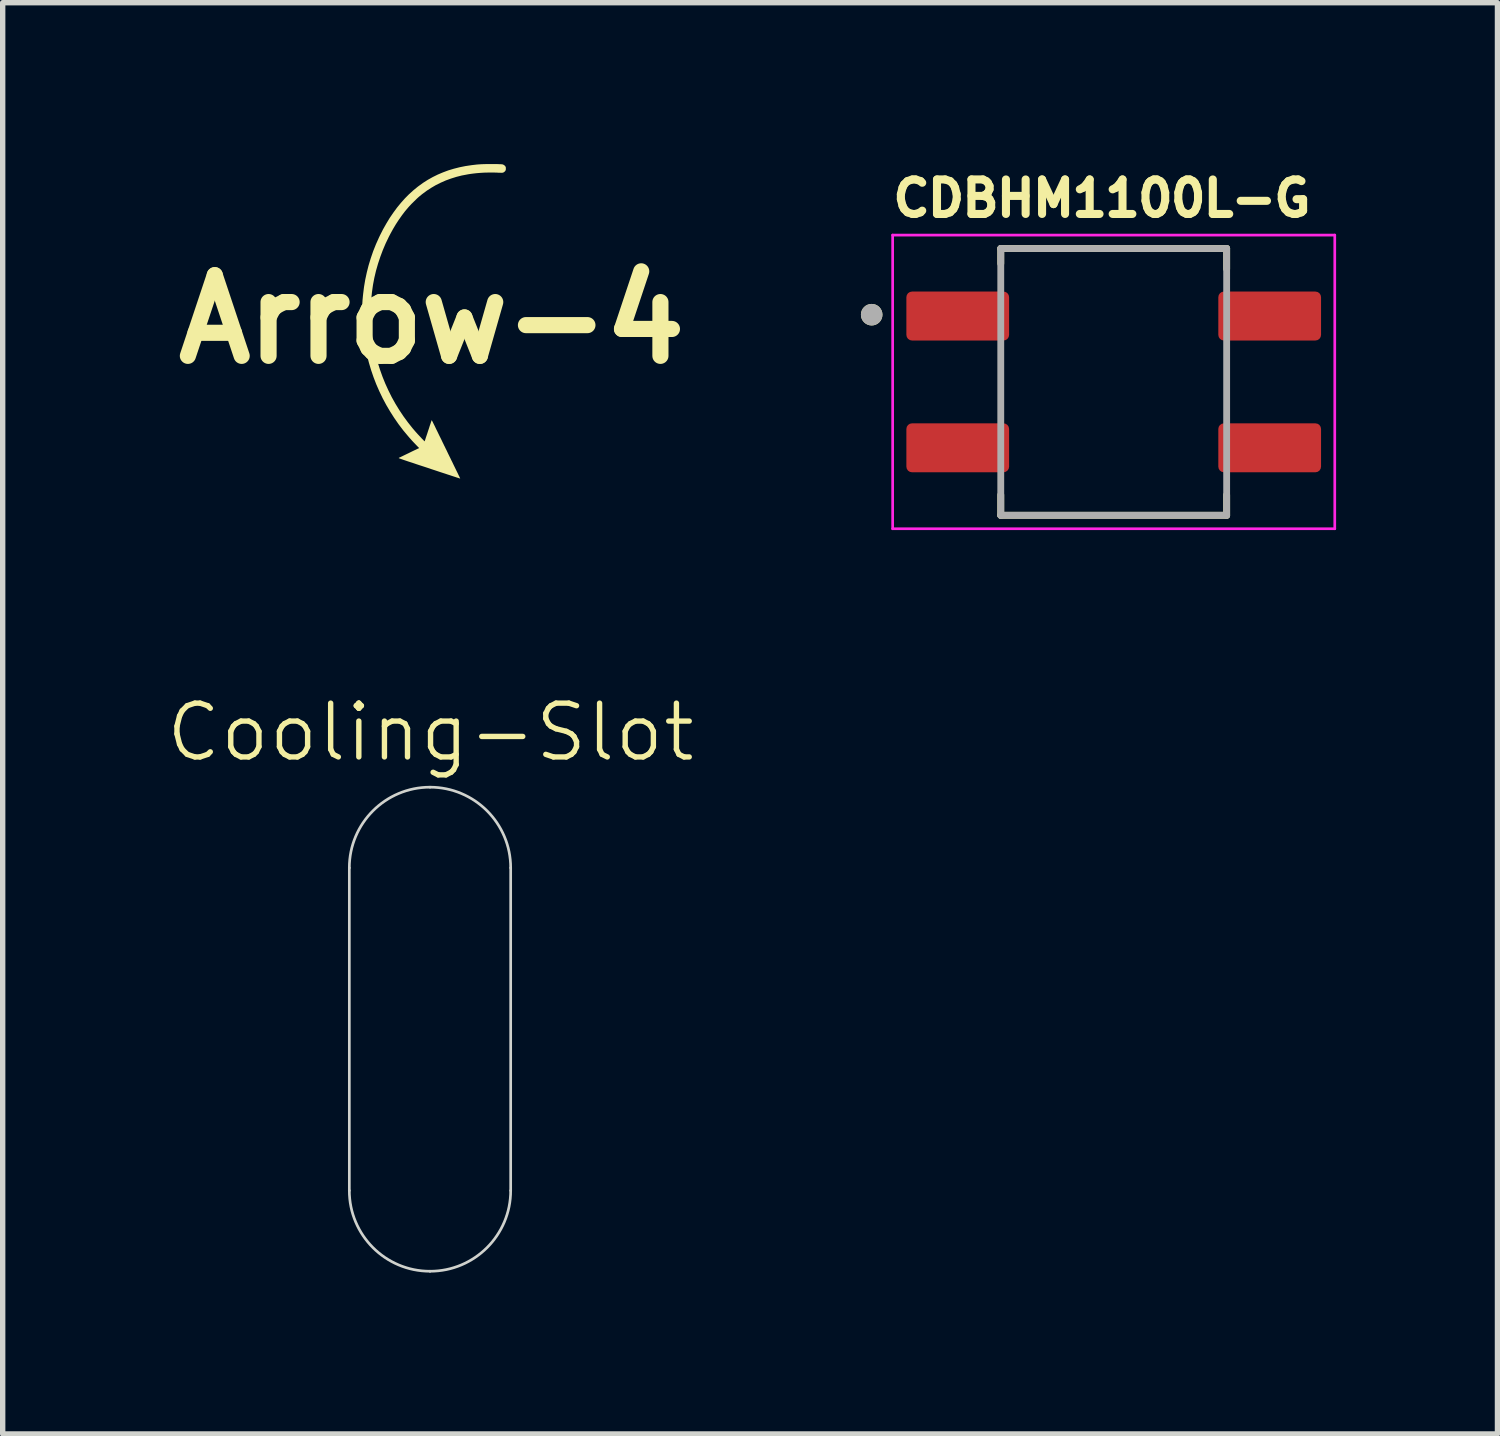
<source format=kicad_pcb>
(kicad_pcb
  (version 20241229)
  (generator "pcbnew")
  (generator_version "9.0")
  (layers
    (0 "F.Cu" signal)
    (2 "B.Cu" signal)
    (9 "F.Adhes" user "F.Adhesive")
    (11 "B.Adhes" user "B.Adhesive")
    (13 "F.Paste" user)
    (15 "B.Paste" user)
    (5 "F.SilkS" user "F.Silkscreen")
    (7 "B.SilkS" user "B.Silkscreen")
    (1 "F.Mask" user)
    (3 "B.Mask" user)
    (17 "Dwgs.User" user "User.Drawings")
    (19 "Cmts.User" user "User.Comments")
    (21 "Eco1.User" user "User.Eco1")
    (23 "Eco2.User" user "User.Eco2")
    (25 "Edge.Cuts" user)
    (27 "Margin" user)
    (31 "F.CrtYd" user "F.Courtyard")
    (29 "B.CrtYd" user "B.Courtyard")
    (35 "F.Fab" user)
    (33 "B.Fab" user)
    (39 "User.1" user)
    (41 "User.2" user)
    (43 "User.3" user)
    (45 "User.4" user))
  (footprint "Arrow-4"
    (layer "F.Cu")
    (at 4.979 2.888)
    (property "Reference" "Arrow-4" (at 0 0 0) (layer "F.SilkS") (effects (font (size 1.5 1.5) (thickness 0.3))))
    (attr board_only exclude_from_pos_files exclude_from_bom)
    (fp_poly (pts (xy 1.124 -2.888) (xy 1.162 -2.887) (xy 1.195 -2.887) (xy 1.223 -2.887) (xy 1.246 -2.886) (xy 1.266 -2.885) (xy 1.282 -2.885) (xy 1.294 -2.884) (xy 1.305 -2.883) (xy 1.313 -2.882) (xy 1.32 -2.88) (xy 1.32 -2.88) (xy 1.334 -2.874) (xy 1.349 -2.864) (xy 1.362 -2.852) (xy 1.367 -2.844) (xy 1.372 -2.837) (xy 1.374 -2.83) (xy 1.376 -2.822) (xy 1.376 -2.811) (xy 1.376 -2.805) (xy 1.376 -2.789) (xy 1.374 -2.778) (xy 1.371 -2.77) (xy 1.371 -2.769) (xy 1.36 -2.753) (xy 1.345 -2.74) (xy 1.332 -2.732) (xy 1.328 -2.73) (xy 1.323 -2.728) (xy 1.317 -2.727) (xy 1.311 -2.726) (xy 1.302 -2.726) (xy 1.29 -2.725) (xy 1.275 -2.726) (xy 1.257 -2.726) (xy 1.233 -2.727) (xy 1.205 -2.729) (xy 1.202 -2.729) (xy 1.184 -2.729) (xy 1.16 -2.73) (xy 1.134 -2.73) (xy 1.106 -2.73) (xy 1.077 -2.73) (xy 1.047 -2.73) (xy 1.02 -2.729) (xy 0.994 -2.729) (xy 0.972 -2.728) (xy 0.955 -2.727) (xy 0.953 -2.727) (xy 0.89 -2.723) (xy 0.832 -2.718) (xy 0.778 -2.712) (xy 0.724 -2.705) (xy 0.672 -2.697) (xy 0.663 -2.695) (xy 0.557 -2.675) (xy 0.455 -2.649) (xy 0.356 -2.618) (xy 0.26 -2.583) (xy 0.167 -2.542) (xy 0.076 -2.497) (xy -0.011 -2.446) (xy -0.096 -2.391) (xy -0.178 -2.33) (xy -0.238 -2.281) (xy -0.257 -2.264) (xy -0.279 -2.244) (xy -0.302 -2.221) (xy -0.327 -2.197) (xy -0.352 -2.172) (xy -0.377 -2.148) (xy -0.399 -2.124) (xy -0.419 -2.103) (xy -0.435 -2.085) (xy -0.498 -2.011) (xy -0.557 -1.933) (xy -0.614 -1.852) (xy -0.669 -1.768) (xy -0.722 -1.679) (xy -0.773 -1.586) (xy -0.8 -1.534) (xy -0.859 -1.411) (xy -0.912 -1.286) (xy -0.959 -1.16) (xy -1.001 -1.033) (xy -1.038 -0.904) (xy -1.069 -0.773) (xy -1.094 -0.641) (xy -1.113 -0.507) (xy -1.127 -0.372) (xy -1.135 -0.247) (xy -1.136 -0.235) (xy -1.136 -0.218) (xy -1.136 -0.197) (xy -1.136 -0.174) (xy -1.137 -0.149) (xy -1.137 -0.123) (xy -1.137 -0.096) (xy -1.136 -0.069) (xy -1.136 -0.044) (xy -1.136 -0.02) (xy -1.136 0.001) (xy -1.135 0.019) (xy -1.135 0.033) (xy -1.134 0.042) (xy -1.134 0.044) (xy -1.134 0.051) (xy -1.133 0.062) (xy -1.132 0.076) (xy -1.131 0.091) (xy -1.131 0.091) (xy -1.13 0.106) (xy -1.129 0.119) (xy -1.129 0.129) (xy -1.128 0.135) (xy -1.128 0.135) (xy -1.127 0.141) (xy -1.126 0.151) (xy -1.125 0.163) (xy -1.125 0.166) (xy -1.121 0.217) (xy -1.115 0.271) (xy -1.107 0.329) (xy -1.098 0.388) (xy -1.088 0.447) (xy -1.077 0.506) (xy -1.074 0.524) (xy -1.043 0.662) (xy -1.007 0.798) (xy -0.965 0.932) (xy -0.918 1.064) (xy -0.866 1.193) (xy -0.808 1.32) (xy -0.746 1.445) (xy -0.678 1.567) (xy -0.605 1.686) (xy -0.527 1.803) (xy -0.444 1.916) (xy -0.356 2.027) (xy -0.301 2.091) (xy -0.291 2.102) (xy -0.279 2.115) (xy -0.266 2.13) (xy -0.251 2.146) (xy -0.235 2.163) (xy -0.218 2.181) (xy -0.202 2.198) (xy -0.187 2.215) (xy -0.172 2.23) (xy -0.159 2.243) (xy -0.149 2.254) (xy -0.141 2.262) (xy -0.136 2.267) (xy -0.134 2.268) (xy -0.133 2.265) (xy -0.13 2.257) (xy -0.126 2.245) (xy -0.12 2.228) (xy -0.114 2.208) (xy -0.106 2.184) (xy -0.097 2.157) (xy -0.087 2.128) (xy -0.077 2.097) (xy -0.069 2.072) (xy -0.058 2.04) (xy -0.048 2.009) (xy -0.039 1.98) (xy -0.03 1.954) (xy -0.022 1.93) (xy -0.016 1.911) (xy -0.01 1.894) (xy -0.006 1.883) (xy -0.004 1.876) (xy -0.003 1.874) (xy -0.001 1.876) (xy 0.002 1.882) (xy 0.008 1.893) (xy 0.016 1.907) (xy 0.024 1.924) (xy 0.034 1.944) (xy 0.044 1.964) (xy 0.057 1.99) (xy 0.071 2.02) (xy 0.086 2.051) (xy 0.101 2.081) (xy 0.115 2.11) (xy 0.127 2.135) (xy 0.129 2.139) (xy 0.141 2.164) (xy 0.155 2.192) (xy 0.17 2.222) (xy 0.185 2.253) (xy 0.199 2.283) (xy 0.213 2.311) (xy 0.216 2.317) (xy 0.228 2.343) (xy 0.242 2.37) (xy 0.255 2.398) (xy 0.269 2.425) (xy 0.281 2.45) (xy 0.291 2.472) (xy 0.295 2.479) (xy 0.305 2.501) (xy 0.316 2.523) (xy 0.327 2.546) (xy 0.337 2.566) (xy 0.346 2.584) (xy 0.349 2.59) (xy 0.356 2.605) (xy 0.365 2.624) (xy 0.376 2.645) (xy 0.387 2.668) (xy 0.398 2.691) (xy 0.407 2.71) (xy 0.43 2.757) (xy 0.451 2.8) (xy 0.469 2.837) (xy 0.485 2.869) (xy 0.498 2.897) (xy 0.509 2.919) (xy 0.517 2.936) (xy 0.523 2.949) (xy 0.526 2.957) (xy 0.528 2.961) (xy 0.528 2.961) (xy 0.525 2.96) (xy 0.517 2.957) (xy 0.504 2.953) (xy 0.486 2.947) (xy 0.463 2.94) (xy 0.437 2.931) (xy 0.406 2.921) (xy 0.372 2.91) (xy 0.334 2.897) (xy 0.293 2.884) (xy 0.249 2.869) (xy 0.202 2.854) (xy 0.153 2.838) (xy 0.102 2.821) (xy 0.048 2.803) (xy -0.007 2.785) (xy -0.047 2.771) (xy -0.114 2.749) (xy -0.175 2.729) (xy -0.231 2.711) (xy -0.282 2.694) (xy -0.328 2.678) (xy -0.37 2.664) (xy -0.408 2.652) (xy -0.442 2.641) (xy -0.471 2.631) (xy -0.498 2.622) (xy -0.521 2.614) (xy -0.541 2.607) (xy -0.558 2.601) (xy -0.572 2.596) (xy -0.584 2.592) (xy -0.593 2.589) (xy -0.601 2.586) (xy -0.607 2.583) (xy -0.611 2.581) (xy -0.614 2.58) (xy -0.615 2.579) (xy -0.616 2.578) (xy -0.616 2.577) (xy -0.615 2.577) (xy -0.615 2.576) (xy -0.61 2.573) (xy -0.607 2.571) (xy -0.604 2.57) (xy -0.596 2.566) (xy -0.584 2.561) (xy -0.568 2.553) (xy -0.549 2.544) (xy -0.527 2.533) (xy -0.502 2.521) (xy -0.475 2.508) (xy -0.446 2.494) (xy -0.439 2.491) (xy -0.409 2.476) (xy -0.381 2.462) (xy -0.354 2.449) (xy -0.329 2.437) (xy -0.307 2.427) (xy -0.288 2.418) (xy -0.273 2.41) (xy -0.261 2.405) (xy -0.255 2.402) (xy -0.254 2.402) (xy -0.236 2.393) (xy -0.294 2.333) (xy -0.317 2.309) (xy -0.337 2.288) (xy -0.354 2.27) (xy -0.369 2.254) (xy -0.383 2.238) (xy -0.397 2.222) (xy -0.412 2.206) (xy -0.428 2.187) (xy -0.441 2.172) (xy -0.532 2.063) (xy -0.618 1.95) (xy -0.699 1.833) (xy -0.775 1.714) (xy -0.847 1.592) (xy -0.914 1.467) (xy -0.975 1.34) (xy -1.032 1.21) (xy -1.083 1.078) (xy -1.129 0.944) (xy -1.169 0.809) (xy -1.205 0.672) (xy -1.234 0.533) (xy -1.258 0.394) (xy -1.277 0.253) (xy -1.281 0.21) (xy -1.284 0.18) (xy -1.286 0.152) (xy -1.288 0.125) (xy -1.29 0.098) (xy -1.291 0.07) (xy -1.292 0.041) (xy -1.293 0.009) (xy -1.294 -0.026) (xy -1.294 -0.066) (xy -1.294 -0.093) (xy -1.295 -0.138) (xy -1.295 -0.177) (xy -1.294 -0.213) (xy -1.294 -0.245) (xy -1.293 -0.276) (xy -1.292 -0.305) (xy -1.29 -0.333) (xy -1.288 -0.363) (xy -1.285 -0.394) (xy -1.282 -0.427) (xy -1.278 -0.464) (xy -1.278 -0.466) (xy -1.261 -0.603) (xy -1.238 -0.739) (xy -1.209 -0.873) (xy -1.175 -1.007) (xy -1.135 -1.138) (xy -1.09 -1.269) (xy -1.039 -1.397) (xy -0.982 -1.524) (xy -0.965 -1.56) (xy -0.907 -1.674) (xy -0.846 -1.782) (xy -0.783 -1.886) (xy -0.716 -1.984) (xy -0.647 -2.078) (xy -0.575 -2.166) (xy -0.501 -2.249) (xy -0.424 -2.327) (xy -0.343 -2.4) (xy -0.261 -2.467) (xy -0.246 -2.478) (xy -0.162 -2.539) (xy -0.074 -2.595) (xy 0.017 -2.646) (xy 0.11 -2.692) (xy 0.207 -2.733) (xy 0.306 -2.77) (xy 0.409 -2.801) (xy 0.515 -2.828) (xy 0.624 -2.85) (xy 0.737 -2.867) (xy 0.83 -2.878) (xy 0.863 -2.881) (xy 0.896 -2.883) (xy 0.928 -2.885) (xy 0.962 -2.886) (xy 0.998 -2.887) (xy 1.036 -2.888) (xy 1.079 -2.888)) (stroke (width 0) (type solid)) (fill yes) (layer "F.SilkS")))
  (footprint "CDBHM1100L-G"
    (layer "F.Cu")
    (at 17.657 4.051)
    (property "Reference" "CDBHM1100L-G" (at -0.218 -3.412 0) (layer "F.SilkS") (effects (font (size 0.641 0.641) (thickness 0.15))))
    (attr smd)
    (fp_line (start -2.1 -2.48) (end 2.1 -2.48) (stroke (width 0.127) (type solid)) (layer "F.SilkS"))
    (fp_line (start -2.1 -2.2) (end -2.1 -2.48) (stroke (width 0.127) (type solid)) (layer "F.SilkS"))
    (fp_line (start -2.1 2.1) (end -2.1 2.48) (stroke (width 0.127) (type solid)) (layer "F.SilkS"))
    (fp_line (start -2.1 2.48) (end 2.1 2.48) (stroke (width 0.127) (type solid)) (layer "F.SilkS"))
    (fp_line (start 2.1 -2.48) (end 2.1 -2.1) (stroke (width 0.127) (type solid)) (layer "F.SilkS"))
    (fp_line (start 2.1 2.48) (end 2.1 2.1) (stroke (width 0.127) (type solid)) (layer "F.SilkS"))
    (fp_circle (center -4.5 -1.25) (end -4.4 -1.25) (stroke (width 0.2) (type solid)) (fill no) (layer "F.SilkS"))
    (fp_line (start -4.11 -2.73) (end -4.11 2.73) (stroke (width 0.05) (type solid)) (layer "F.CrtYd"))
    (fp_line (start -4.11 2.73) (end 4.11 2.73) (stroke (width 0.05) (type solid)) (layer "F.CrtYd"))
    (fp_line (start 4.11 -2.73) (end -4.11 -2.73) (stroke (width 0.05) (type solid)) (layer "F.CrtYd"))
    (fp_line (start 4.11 2.73) (end 4.11 -2.73) (stroke (width 0.05) (type solid)) (layer "F.CrtYd"))
    (fp_line (start -2.1 -2.48) (end 2.1 -2.48) (stroke (width 0.127) (type solid)) (layer "F.Fab"))
    (fp_line (start -2.1 2.48) (end -2.1 -2.48) (stroke (width 0.127) (type solid)) (layer "F.Fab"))
    (fp_line (start 2.1 -2.48) (end 2.1 2.48) (stroke (width 0.127) (type solid)) (layer "F.Fab"))
    (fp_line (start 2.1 2.48) (end -2.1 2.48) (stroke (width 0.127) (type solid)) (layer "F.Fab"))
    (fp_circle (center -4.5 -1.25) (end -4.4 -1.25) (stroke (width 0.2) (type solid)) (fill no) (layer "F.Fab"))
    (pad "1" smd roundrect (at -2.9 -1.225) (size 1.91 0.91) (layers "F.Cu" "F.Mask" "F.Paste") (roundrect_rratio 0.115))
    (pad "2" smd roundrect (at -2.9 1.225) (size 1.91 0.91) (layers "F.Cu" "F.Mask" "F.Paste") (roundrect_rratio 0.115))
    (pad "3" smd roundrect (at 2.9 1.225) (size 1.91 0.91) (layers "F.Cu" "F.Mask" "F.Paste") (roundrect_rratio 0.115))
    (pad "4" smd roundrect (at 2.9 -1.225) (size 1.91 0.91) (layers "F.Cu" "F.Mask" "F.Paste") (roundrect_rratio 0.115)))
  (footprint "Cooling-Slot"
    (layer "F.Cu")
    (at 4.935 16.086)
    (property "Reference" "Cooling-Slot" (at 0.02 -5.52 0) (unlocked yes) (layer "F.SilkS") (effects (font (size 1 1) (thickness 0.1))))
    (attr through_hole)
    (fp_line (start -1.49 3) (end -1.49 -3) (stroke (width 0.05) (type default)) (layer "Edge.Cuts"))
    (fp_line (start 1.51 -3) (end 1.51 3) (stroke (width 0.05) (type default)) (layer "Edge.Cuts"))
    (fp_arc (start -1.49 -3) (mid -1.05066 -4.06066) (end 0.01 -4.5) (stroke (width 0.05) (type default)) (layer "Edge.Cuts"))
    (fp_arc (start 0.01 -4.5) (mid 1.07066 -4.06066) (end 1.51 -3) (stroke (width 0.05) (type default)) (layer "Edge.Cuts"))
    (fp_arc (start 0.01 4.5) (mid -1.05066 4.06066) (end -1.49 3) (stroke (width 0.05) (type default)) (layer "Edge.Cuts"))
    (fp_arc (start 1.51 3) (mid 1.07066 4.06066) (end 0.01 4.5) (stroke (width 0.05) (type default)) (layer "Edge.Cuts")))
  (gr_rect
    (start -3 -3)
    (end 24.792 23.611)
    (stroke (width 0.1) (type default))
    (fill no)
    (layer "Edge.Cuts")))
</source>
